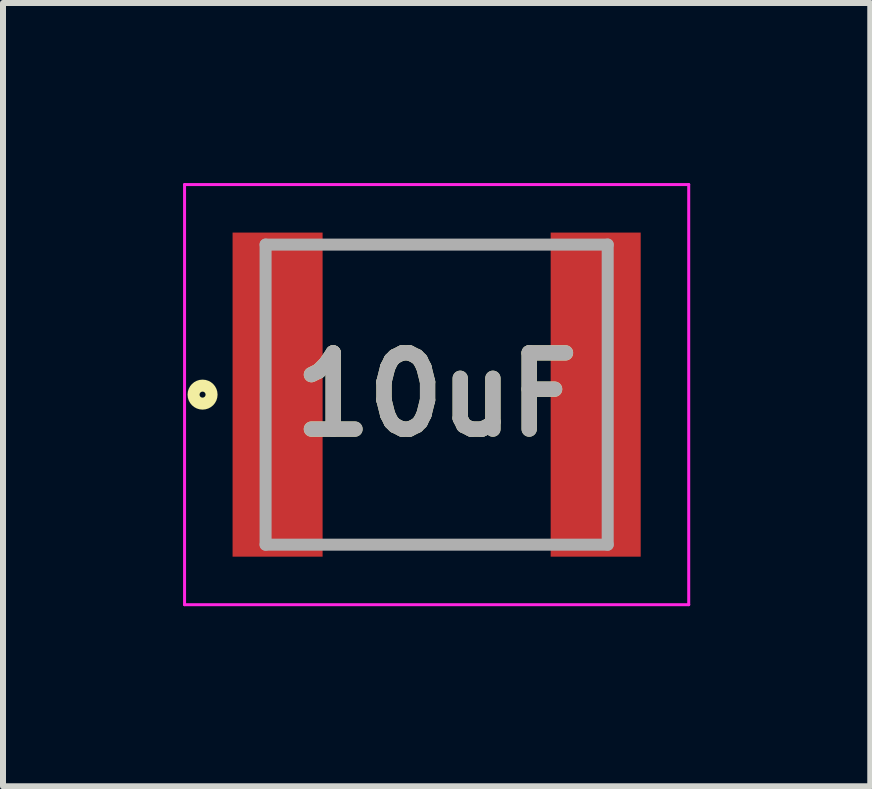
<source format=kicad_pcb>
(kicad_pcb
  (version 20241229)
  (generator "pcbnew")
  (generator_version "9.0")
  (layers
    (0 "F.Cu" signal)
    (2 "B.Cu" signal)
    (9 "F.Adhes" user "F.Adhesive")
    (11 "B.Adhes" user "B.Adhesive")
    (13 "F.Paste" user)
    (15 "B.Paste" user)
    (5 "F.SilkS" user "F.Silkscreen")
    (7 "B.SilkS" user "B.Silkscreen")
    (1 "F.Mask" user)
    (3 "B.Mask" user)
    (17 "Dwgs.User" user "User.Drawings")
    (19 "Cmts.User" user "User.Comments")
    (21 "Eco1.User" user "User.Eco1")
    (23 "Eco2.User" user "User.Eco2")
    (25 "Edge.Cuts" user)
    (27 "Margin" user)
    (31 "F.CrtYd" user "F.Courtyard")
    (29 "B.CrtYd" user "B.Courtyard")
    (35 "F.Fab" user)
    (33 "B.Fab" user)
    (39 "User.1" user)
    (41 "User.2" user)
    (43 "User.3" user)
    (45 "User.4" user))
  (footprint "10uF"
    (layer "F.Cu")
    (at 4.225 3.525)
    (property "Reference" "10uF" (at 0 0 0) (layer "F.SilkS") (effects (font (size 1.27 1.27) (thickness 0.254))))
    (attr smd)
    (fp_circle (center -3.9 0) (end -3.9 0.05) (stroke (width 0.2) (type solid)) (fill no) (layer "F.SilkS"))
    (fp_line (start -4.2 -3.5) (end 4.2 -3.5) (stroke (width 0.05) (type solid)) (layer "F.CrtYd"))
    (fp_line (start -4.2 3.5) (end -4.2 -3.5) (stroke (width 0.05) (type solid)) (layer "F.CrtYd"))
    (fp_line (start 4.2 -3.5) (end 4.2 3.5) (stroke (width 0.05) (type solid)) (layer "F.CrtYd"))
    (fp_line (start 4.2 3.5) (end -4.2 3.5) (stroke (width 0.05) (type solid)) (layer "F.CrtYd"))
    (fp_line (start -2.85 -2.5) (end 2.85 -2.5) (stroke (width 0.2) (type solid)) (layer "F.Fab"))
    (fp_line (start -2.85 2.5) (end -2.85 -2.5) (stroke (width 0.2) (type solid)) (layer "F.Fab"))
    (fp_line (start 2.85 -2.5) (end 2.85 2.5) (stroke (width 0.2) (type solid)) (layer "F.Fab"))
    (fp_line (start 2.85 2.5) (end -2.85 2.5) (stroke (width 0.2) (type solid)) (layer "F.Fab"))
    (fp_text user "${REFERENCE}" (at 0 0 0) (layer "F.Fab") (effects (font (size 1.27 1.27) (thickness 0.254))))
    (pad "1" smd rect (at -2.65 0) (size 1.5 5.4) (layers "F.Cu" "F.Mask" "F.Paste"))
    (pad "2" smd rect (at 2.65 0) (size 1.5 5.4) (layers "F.Cu" "F.Mask" "F.Paste")))
  (gr_rect
    (start -3 -3)
    (end 11.45 10.05)
    (stroke (width 0.1) (type default))
    (fill no)
    (layer "Edge.Cuts")))
</source>
